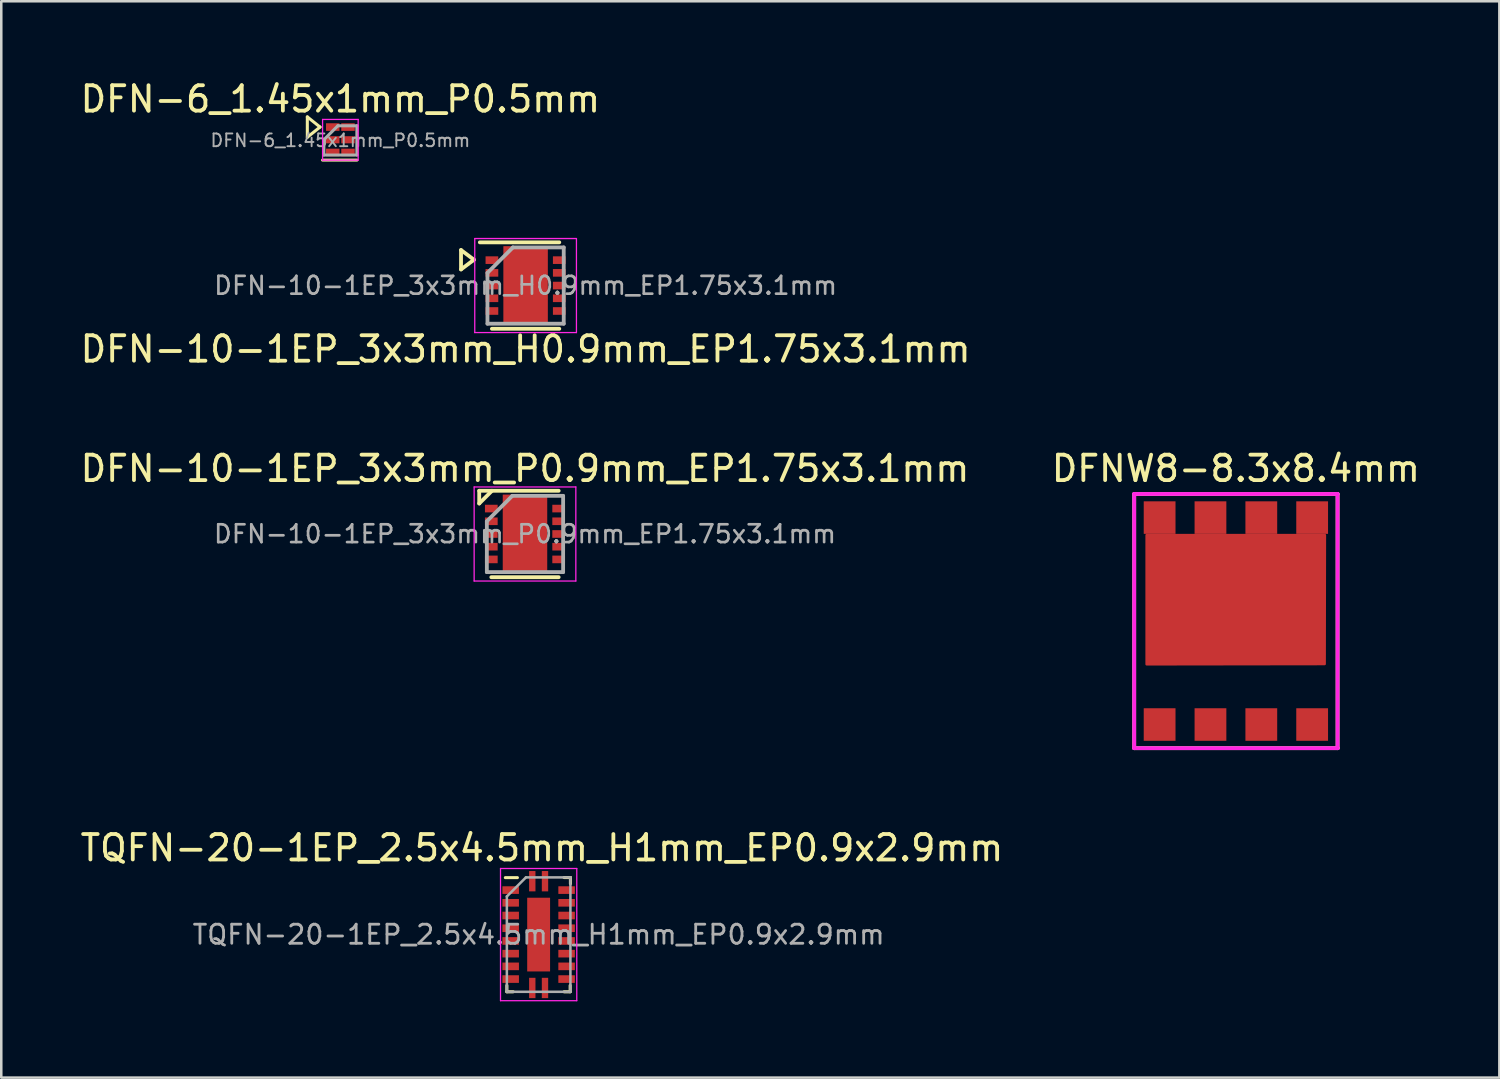
<source format=kicad_pcb>
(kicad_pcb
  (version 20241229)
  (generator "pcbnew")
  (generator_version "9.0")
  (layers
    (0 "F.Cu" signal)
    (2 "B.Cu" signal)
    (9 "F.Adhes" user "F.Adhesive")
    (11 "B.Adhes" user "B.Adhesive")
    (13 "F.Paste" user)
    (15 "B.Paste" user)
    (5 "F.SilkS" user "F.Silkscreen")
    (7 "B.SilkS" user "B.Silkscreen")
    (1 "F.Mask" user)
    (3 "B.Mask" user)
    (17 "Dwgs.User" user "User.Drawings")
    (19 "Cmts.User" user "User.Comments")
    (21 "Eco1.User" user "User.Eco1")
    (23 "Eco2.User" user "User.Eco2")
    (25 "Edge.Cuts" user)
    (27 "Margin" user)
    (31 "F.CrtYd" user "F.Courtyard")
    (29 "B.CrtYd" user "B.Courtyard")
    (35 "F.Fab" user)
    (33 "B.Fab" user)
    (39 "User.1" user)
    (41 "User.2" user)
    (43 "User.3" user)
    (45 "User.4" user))
  (footprint "DFN-6_1.45x1mm_P0.5mm"
    (layer "F.Cu")
    (at 10.339 2.448)
    (property "Reference" "DFN-6_1.45x1mm_P0.5mm" (at 0 -1.6 0) (layer "F.SilkS") (effects (font (size 1 1) (thickness 0.15))))
    (attr smd)
    (fp_line (start -1.3 -0.9) (end -1.3 -0.1) (stroke (width 0.12) (type solid)) (layer "F.SilkS"))
    (fp_line (start -1.3 -0.1) (end -0.8 -0.5) (stroke (width 0.12) (type solid)) (layer "F.SilkS"))
    (fp_line (start -0.8 -0.5) (end -1.3 -0.9) (stroke (width 0.12) (type solid)) (layer "F.SilkS"))
    (fp_line (start -0.7 0.8) (end 0.65 0.8) (stroke (width 0.12) (type solid)) (layer "F.SilkS"))
    (fp_line (start -0.7 -0.8) (end -0.7 0.8) (stroke (width 0.05) (type solid)) (layer "F.CrtYd"))
    (fp_line (start -0.7 -0.8) (end 0.7 -0.8) (stroke (width 0.05) (type solid)) (layer "F.CrtYd"))
    (fp_line (start 0.7 0.8) (end -0.7 0.8) (stroke (width 0.05) (type solid)) (layer "F.CrtYd"))
    (fp_line (start 0.7 0.8) (end 0.7 -0.8) (stroke (width 0.05) (type solid)) (layer "F.CrtYd"))
    (fp_line (start -0.65 0) (end -0.65 0.6) (stroke (width 0.12) (type solid)) (layer "F.Fab"))
    (fp_line (start -0.65 0.6) (end 0.65 0.6) (stroke (width 0.12) (type solid)) (layer "F.Fab"))
    (fp_line (start -0.1 -0.55) (end -0.65 0) (stroke (width 0.12) (type solid)) (layer "F.Fab"))
    (fp_line (start 0.65 -0.55) (end -0.1 -0.55) (stroke (width 0.12) (type solid)) (layer "F.Fab"))
    (fp_line (start 0.65 0.6) (end 0.65 -0.55) (stroke (width 0.12) (type solid)) (layer "F.Fab"))
    (fp_text user "${REFERENCE}" (at 0 0.025 0) (layer "F.Fab") (effects (font (size 0.5 0.5) (thickness 0.075))))
    (pad "1" smd rect (at -0.3 -0.5) (size 0.53 0.3) (layers "F.Cu" "F.Mask" "F.Paste"))
    (pad "2" smd rect (at -0.3 0) (size 0.53 0.28) (layers "F.Cu" "F.Mask" "F.Paste"))
    (pad "3" smd rect (at -0.3 0.5) (size 0.53 0.3) (layers "F.Cu" "F.Mask" "F.Paste"))
    (pad "4" smd rect (at 0.3 0.5) (size 0.53 0.3) (layers "F.Cu" "F.Mask" "F.Paste"))
    (pad "5" smd rect (at 0.3 0) (size 0.53 0.28) (layers "F.Cu" "F.Mask" "F.Paste"))
    (pad "6" smd rect (at 0.3 -0.5) (size 0.53 0.3) (layers "F.Cu" "F.Mask" "F.Paste")))
  (footprint "DFN-10-1EP_3x3mm_P0.9mm_EP1.75x3.1mm"
    (layer "F.Cu")
    (at 17.601 17.955)
    (property "Reference" "DFN-10-1EP_3x3mm_P0.9mm_EP1.75x3.1mm" (at 0 -2.575 0) (layer "F.SilkS") (effects (font (size 1 1) (thickness 0.15))))
    (attr smd)
    (fp_line (start -1.8 -1.7) (end -1.8 -1.2) (stroke (width 0.15) (type solid)) (layer "F.SilkS"))
    (fp_line (start -1.8 -1.7) (end 1.325 -1.7) (stroke (width 0.15) (type solid)) (layer "F.SilkS"))
    (fp_line (start -1.8 -1.2) (end -1.3 -1.7) (stroke (width 0.15) (type solid)) (layer "F.SilkS"))
    (fp_line (start -1.325 1.7) (end 1.325 1.7) (stroke (width 0.15) (type solid)) (layer "F.SilkS"))
    (fp_line (start -2 -1.85) (end -2 1.85) (stroke (width 0.05) (type solid)) (layer "F.CrtYd"))
    (fp_line (start -2 -1.85) (end 2 -1.85) (stroke (width 0.05) (type solid)) (layer "F.CrtYd"))
    (fp_line (start -2 1.85) (end 2 1.85) (stroke (width 0.05) (type solid)) (layer "F.CrtYd"))
    (fp_line (start 2 -1.85) (end 2 1.85) (stroke (width 0.05) (type solid)) (layer "F.CrtYd"))
    (fp_line (start -1.5 -0.5) (end -0.5 -1.5) (stroke (width 0.15) (type solid)) (layer "F.Fab"))
    (fp_line (start -1.5 1.5) (end -1.5 -0.5) (stroke (width 0.15) (type solid)) (layer "F.Fab"))
    (fp_line (start -0.5 -1.5) (end 1.5 -1.5) (stroke (width 0.15) (type solid)) (layer "F.Fab"))
    (fp_line (start 1.5 -1.5) (end 1.5 1.5) (stroke (width 0.15) (type solid)) (layer "F.Fab"))
    (fp_line (start 1.5 1.5) (end -1.5 1.5) (stroke (width 0.15) (type solid)) (layer "F.Fab"))
    (fp_text user "${REFERENCE}" (at 0 0 0) (layer "F.Fab") (effects (font (size 0.7 0.7) (thickness 0.105))))
    (pad "" smd rect (at -0.388 -0.62) (size 0.6 1.05) (layers "F.Paste"))
    (pad "" smd rect (at -0.388 0.62) (size 0.6 1.05) (layers "F.Paste"))
    (pad "" smd rect (at 0.388 -0.62) (size 0.6 1.05) (layers "F.Paste"))
    (pad "" smd rect (at 0.388 0.62) (size 0.6 1.05) (layers "F.Paste"))
    (pad "1" smd rect (at -1.325 -1) (size 0.5 0.3) (layers "F.Cu" "F.Mask" "F.Paste"))
    (pad "2" smd rect (at -1.325 -0.5) (size 0.5 0.3) (layers "F.Cu" "F.Mask" "F.Paste"))
    (pad "3" smd rect (at -1.325 0) (size 0.5 0.3) (layers "F.Cu" "F.Mask" "F.Paste"))
    (pad "4" smd rect (at -1.325 0.5) (size 0.5 0.3) (layers "F.Cu" "F.Mask" "F.Paste"))
    (pad "5" smd rect (at -1.325 1) (size 0.5 0.3) (layers "F.Cu" "F.Mask" "F.Paste"))
    (pad "6" smd rect (at 1.325 1) (size 0.5 0.3) (layers "F.Cu" "F.Mask" "F.Paste"))
    (pad "7" smd rect (at 1.325 0.5) (size 0.5 0.3) (layers "F.Cu" "F.Mask" "F.Paste"))
    (pad "8" smd rect (at 1.325 0) (size 0.5 0.3) (layers "F.Cu" "F.Mask" "F.Paste"))
    (pad "9" smd rect (at 1.325 -0.5) (size 0.5 0.3) (layers "F.Cu" "F.Mask" "F.Paste"))
    (pad "10" smd rect (at 1.325 -1) (size 0.5 0.3) (layers "F.Cu" "F.Mask" "F.Paste"))
    (pad "11" smd rect (at 0 0) (size 1.75 3.1) (layers "F.Cu" "F.Mask")))
  (footprint "TQFN-20-1EP_2.5x4.5mm_H1mm_EP0.9x2.9mm"
    (layer "F.Cu")
    (at 18.138 33.713)
    (property "Reference" "TQFN-20-1EP_2.5x4.5mm_H1mm_EP0.9x2.9mm" (at 0.13 -3.41 0) (layer "F.SilkS") (effects (font (size 1 1) (thickness 0.15))))
    (attr smd)
    (fp_line (start -1.25 2.25) (end -1.25 2) (stroke (width 0.12) (type solid)) (layer "F.SilkS"))
    (fp_line (start -1 2.25) (end -1.25 2.25) (stroke (width 0.12) (type solid)) (layer "F.SilkS"))
    (fp_line (start -0.835 -2.24) (end -1.31 -2.24) (stroke (width 0.12) (type solid)) (layer "F.SilkS"))
    (fp_line (start 1 -2.245) (end 1.25 -2.245) (stroke (width 0.12) (type solid)) (layer "F.SilkS"))
    (fp_line (start 1 2.25) (end 1.24 2.25) (stroke (width 0.12) (type solid)) (layer "F.SilkS"))
    (fp_line (start 1.24 2.25) (end 1.24 2) (stroke (width 0.12) (type solid)) (layer "F.SilkS"))
    (fp_line (start 1.25 -2.245) (end 1.25 -2) (stroke (width 0.12) (type solid)) (layer "F.SilkS"))
    (fp_line (start -1.5 -2.6) (end -1.5 2.6) (stroke (width 0.05) (type solid)) (layer "F.CrtYd"))
    (fp_line (start -1.5 2.6) (end 1.5 2.6) (stroke (width 0.05) (type solid)) (layer "F.CrtYd"))
    (fp_line (start 1.5 -2.6) (end -1.5 -2.6) (stroke (width 0.05) (type solid)) (layer "F.CrtYd"))
    (fp_line (start 1.5 2.6) (end 1.5 -2.6) (stroke (width 0.05) (type solid)) (layer "F.CrtYd"))
    (fp_line (start -1.25 -1.5) (end -0.5 -2.25) (stroke (width 0.1) (type solid)) (layer "F.Fab"))
    (fp_line (start -1.25 2.25) (end -1.25 -1.5) (stroke (width 0.1) (type solid)) (layer "F.Fab"))
    (fp_line (start -0.5 -2.25) (end 1.25 -2.25) (stroke (width 0.1) (type solid)) (layer "F.Fab"))
    (fp_line (start 1.25 -2.25) (end 1.25 2.25) (stroke (width 0.1) (type solid)) (layer "F.Fab"))
    (fp_line (start 1.25 2.25) (end -1.25 2.25) (stroke (width 0.1) (type solid)) (layer "F.Fab"))
    (fp_text user "${REFERENCE}" (at 0 0 0) (layer "F.Fab") (effects (font (size 0.75 0.75) (thickness 0.11))))
    (pad "1" smd rect (at -1.1 -1.75) (size 0.65 0.3) (layers "F.Cu" "F.Mask" "F.Paste"))
    (pad "2" smd rect (at -1.1 -1.25) (size 0.65 0.3) (layers "F.Cu" "F.Mask" "F.Paste"))
    (pad "3" smd rect (at -1.1 -0.75) (size 0.65 0.3) (layers "F.Cu" "F.Mask" "F.Paste"))
    (pad "4" smd rect (at -1.1 -0.25) (size 0.65 0.3) (layers "F.Cu" "F.Mask" "F.Paste"))
    (pad "5" smd rect (at -1.1 0.25) (size 0.65 0.3) (layers "F.Cu" "F.Mask" "F.Paste"))
    (pad "6" smd rect (at -1.1 0.75) (size 0.65 0.3) (layers "F.Cu" "F.Mask" "F.Paste"))
    (pad "7" smd rect (at -1.1 1.25) (size 0.65 0.3) (layers "F.Cu" "F.Mask" "F.Paste"))
    (pad "8" smd rect (at -1.1 1.75) (size 0.65 0.3) (layers "F.Cu" "F.Mask" "F.Paste"))
    (pad "9" smd rect (at -0.25 2.1) (size 0.25 0.8) (layers "F.Cu" "F.Mask" "F.Paste"))
    (pad "10" smd rect (at 0.25 2.1) (size 0.25 0.8) (layers "F.Cu" "F.Mask" "F.Paste"))
    (pad "11" smd rect (at 1.1 1.75) (size 0.65 0.3) (layers "F.Cu" "F.Mask" "F.Paste"))
    (pad "12" smd rect (at 1.1 1.25) (size 0.65 0.3) (layers "F.Cu" "F.Mask" "F.Paste"))
    (pad "13" smd rect (at 1.1 0.75) (size 0.65 0.3) (layers "F.Cu" "F.Mask" "F.Paste"))
    (pad "14" smd rect (at 1.1 0.25) (size 0.65 0.3) (layers "F.Cu" "F.Mask" "F.Paste"))
    (pad "15" smd rect (at 1.1 -0.25) (size 0.65 0.3) (layers "F.Cu" "F.Mask" "F.Paste"))
    (pad "16" smd rect (at 1.1 -0.75) (size 0.65 0.3) (layers "F.Cu" "F.Mask" "F.Paste"))
    (pad "17" smd rect (at 1.1 -1.25) (size 0.65 0.3) (layers "F.Cu" "F.Mask" "F.Paste"))
    (pad "18" smd rect (at 1.1 -1.75) (size 0.65 0.3) (layers "F.Cu" "F.Mask" "F.Paste"))
    (pad "19" smd rect (at 0.25 -2.1) (size 0.25 0.8) (layers "F.Cu" "F.Mask" "F.Paste"))
    (pad "20" smd rect (at -0.25 -2.1) (size 0.25 0.8) (layers "F.Cu" "F.Mask" "F.Paste"))
    (pad "21" smd rect (at 0 0) (size 0.9 2.9) (layers "F.Cu" "F.Mask")))
  (footprint "DFNW8-8.3x8.4mm"
    (layer "F.Cu")
    (at 45.565 21.38)
    (property "Reference" "DFNW8-8.3x8.4mm" (at 0 -6 0) (unlocked yes) (layer "F.SilkS") (effects (font (size 1 1) (thickness 0.15))))
    (attr through_hole)
    (fp_poly (pts (xy 3.49 1.69) (xy -3.51 1.7) (xy -3.51 -3.38) (xy 3.5 -3.38)) (stroke (width 0.1) (type solid)) (fill yes) (layer "F.Cu"))
    (fp_poly (pts (xy 3.5 1.69) (xy -3.5 1.7) (xy -3.5 -3.38) (xy 3.51 -3.38)) (stroke (width 0.1) (type solid)) (fill yes) (layer "F.Mask"))
    (fp_line (start -4 -5) (end 4 -5) (stroke (width 0.15) (type solid)) (layer "F.SilkS"))
    (fp_line (start -4 5) (end -4 -5) (stroke (width 0.15) (type solid)) (layer "F.SilkS"))
    (fp_line (start 4 -5) (end 4 5) (stroke (width 0.15) (type solid)) (layer "F.SilkS"))
    (fp_line (start 4.01 5) (end -4 5) (stroke (width 0.15) (type solid)) (layer "F.SilkS"))
    (fp_line (start -4 -5) (end 4 -5) (stroke (width 0.15) (type solid)) (layer "F.CrtYd"))
    (fp_line (start -4 5) (end -4 -5) (stroke (width 0.15) (type solid)) (layer "F.CrtYd"))
    (fp_line (start 4 -5) (end 4 5) (stroke (width 0.15) (type solid)) (layer "F.CrtYd"))
    (fp_line (start 4.01 5) (end -4 5) (stroke (width 0.15) (type solid)) (layer "F.CrtYd"))
    (pad "1" smd rect (at -3 4.07) (size 1.25 1.28) (layers "F.Cu" "F.Mask" "F.Paste"))
    (pad "2" smd rect (at -1 4.07) (size 1.25 1.28) (layers "F.Cu" "F.Mask" "F.Paste"))
    (pad "3" smd rect (at 1 4.07) (size 1.25 1.28) (layers "F.Cu" "F.Mask" "F.Paste"))
    (pad "4" smd rect (at 3 4.07) (size 1.25 1.28) (layers "F.Cu" "F.Mask" "F.Paste"))
    (pad "5" smd rect (at 3 -4.07) (size 1.25 1.28) (layers "F.Cu" "F.Mask" "F.Paste"))
    (pad "6" smd rect (at 1 -4.07) (size 1.25 1.28) (layers "F.Cu" "F.Mask" "F.Paste"))
    (pad "7" smd rect (at -1 -4.07) (size 1.25 1.28) (layers "F.Cu" "F.Mask" "F.Paste"))
    (pad "8" smd rect (at -3 -4.07) (size 1.25 1.28) (layers "F.Cu" "F.Mask" "F.Paste")))
  (footprint "DFN-10-1EP_3x3mm_H0.9mm_EP1.75x3.1mm"
    (layer "F.Cu")
    (at 17.625 8.183)
    (property "Reference" "DFN-10-1EP_3x3mm_H0.9mm_EP1.75x3.1mm" (at 0 2.5 0) (layer "F.SilkS") (effects (font (size 1 1) (thickness 0.15))))
    (attr smd)
    (fp_line (start -2.54 -1.397) (end -2.54 -0.635) (stroke (width 0.15) (type solid)) (layer "F.SilkS"))
    (fp_line (start -2.54 -0.635) (end -2.032 -1.016) (stroke (width 0.15) (type solid)) (layer "F.SilkS"))
    (fp_line (start -2.032 -1.016) (end -2.54 -1.397) (stroke (width 0.15) (type solid)) (layer "F.SilkS"))
    (fp_line (start -1.8 -1.7) (end 1.325 -1.7) (stroke (width 0.15) (type solid)) (layer "F.SilkS"))
    (fp_line (start -1.325 1.7) (end 1.325 1.7) (stroke (width 0.15) (type solid)) (layer "F.SilkS"))
    (fp_line (start -2 -1.85) (end -2 1.85) (stroke (width 0.05) (type solid)) (layer "F.CrtYd"))
    (fp_line (start -2 -1.85) (end 2 -1.85) (stroke (width 0.05) (type solid)) (layer "F.CrtYd"))
    (fp_line (start -2 1.85) (end 2 1.85) (stroke (width 0.05) (type solid)) (layer "F.CrtYd"))
    (fp_line (start 2 -1.85) (end 2 1.85) (stroke (width 0.05) (type solid)) (layer "F.CrtYd"))
    (fp_line (start -1.5 -0.5) (end -0.5 -1.5) (stroke (width 0.15) (type solid)) (layer "F.Fab"))
    (fp_line (start -1.5 1.5) (end -1.5 -0.5) (stroke (width 0.15) (type solid)) (layer "F.Fab"))
    (fp_line (start -0.5 -1.5) (end 1.5 -1.5) (stroke (width 0.15) (type solid)) (layer "F.Fab"))
    (fp_line (start 1.5 -1.5) (end 1.5 1.5) (stroke (width 0.15) (type solid)) (layer "F.Fab"))
    (fp_line (start 1.5 1.5) (end -1.5 1.5) (stroke (width 0.15) (type solid)) (layer "F.Fab"))
    (fp_text user "${REFERENCE}" (at 0 0 0) (layer "F.Fab") (effects (font (size 0.7 0.7) (thickness 0.105))))
    (pad "" smd rect (at -0.388 -0.62) (size 0.6 1.05) (layers "F.Paste"))
    (pad "" smd rect (at -0.388 0.62) (size 0.6 1.05) (layers "F.Paste"))
    (pad "" smd rect (at 0.388 -0.62) (size 0.6 1.05) (layers "F.Paste"))
    (pad "" smd rect (at 0.388 0.62) (size 0.6 1.05) (layers "F.Paste"))
    (pad "1" smd rect (at -1.325 -1) (size 0.5 0.3) (layers "F.Cu" "F.Mask" "F.Paste"))
    (pad "2" smd rect (at -1.325 -0.5) (size 0.5 0.3) (layers "F.Cu" "F.Mask" "F.Paste"))
    (pad "3" smd rect (at -1.325 0) (size 0.5 0.3) (layers "F.Cu" "F.Mask" "F.Paste"))
    (pad "4" smd rect (at -1.325 0.5) (size 0.5 0.3) (layers "F.Cu" "F.Mask" "F.Paste"))
    (pad "5" smd rect (at -1.325 1) (size 0.5 0.3) (layers "F.Cu" "F.Mask" "F.Paste"))
    (pad "6" smd rect (at 1.325 1) (size 0.5 0.3) (layers "F.Cu" "F.Mask" "F.Paste"))
    (pad "7" smd rect (at 1.325 0.5) (size 0.5 0.3) (layers "F.Cu" "F.Mask" "F.Paste"))
    (pad "8" smd rect (at 1.325 0) (size 0.5 0.3) (layers "F.Cu" "F.Mask" "F.Paste"))
    (pad "9" smd rect (at 1.325 -0.5) (size 0.5 0.3) (layers "F.Cu" "F.Mask" "F.Paste"))
    (pad "10" smd rect (at 1.325 -1) (size 0.5 0.3) (layers "F.Cu" "F.Mask" "F.Paste"))
    (pad "11" smd rect (at 0 0) (size 1.75 3.1) (layers "F.Cu" "F.Mask")))
  (gr_rect
    (start -3 -3)
    (end 55.929 39.338)
    (stroke (width 0.1) (type default))
    (fill no)
    (layer "Edge.Cuts")))
</source>
